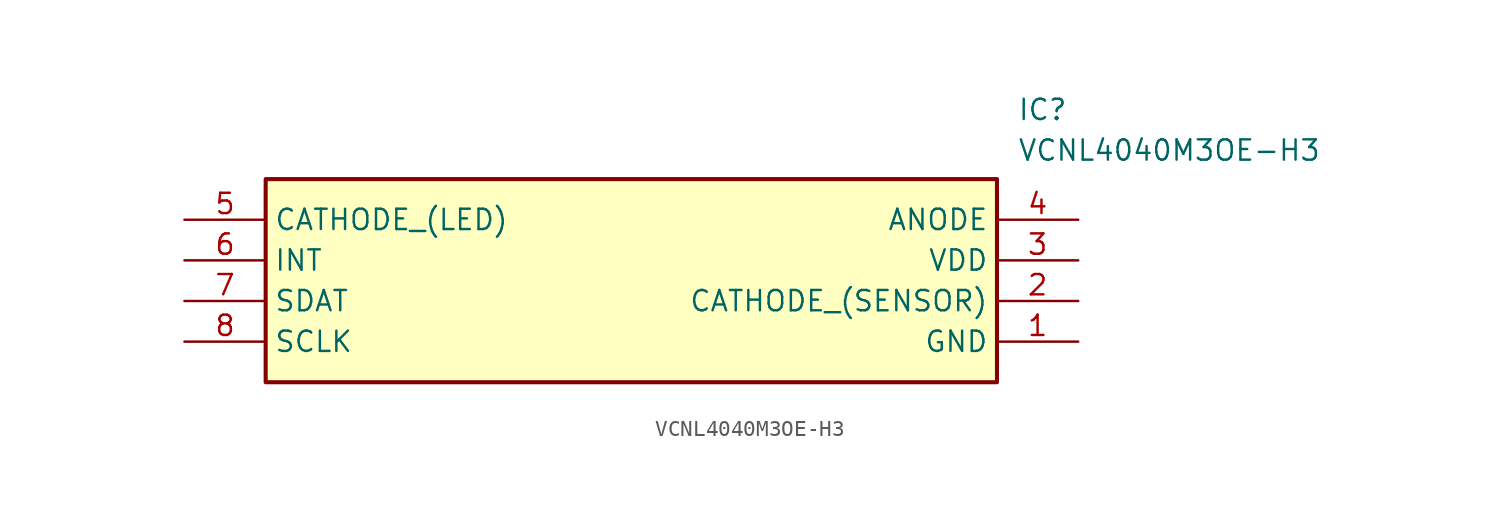
<source format=kicad_sym>
(kicad_symbol_lib
  (version 20211014)
  (generator SamacSys_ECAD_Model)
  (symbol "VCNL4040M3OE-H3"
    (property "Reference" "IC"
      (at 52.07 7.62 0)
      (effects (font (size 1.27 1.27)) (justify left top)))
    (property "Value" "VCNL4040M3OE-H3"
      (at 52.07 5.08 0)
      (effects (font (size 1.27 1.27)) (justify left top)))
    (rectangle
      (start 5.08 2.54)
      (end 50.8 -10.16)
      (stroke (width 0.254) (type default))
      (fill (type background)))
    (pin passive line
      (at 55.88 -7.62 180)
      (length 5.08)
      (name "GND" (effects (font (size 1.27 1.27))))
      (number "1" (effects (font (size 1.27 1.27)))))
    (pin passive line
      (at 55.88 -5.08 180)
      (length 5.08)
      (name "CATHODE_(SENSOR)" (effects (font (size 1.27 1.27))))
      (number "2" (effects (font (size 1.27 1.27)))))
    (pin passive line
      (at 55.88 -2.54 180)
      (length 5.08)
      (name "VDD" (effects (font (size 1.27 1.27))))
      (number "3" (effects (font (size 1.27 1.27)))))
    (pin passive line
      (at 55.88 0 180)
      (length 5.08)
      (name "ANODE" (effects (font (size 1.27 1.27))))
      (number "4" (effects (font (size 1.27 1.27)))))
    (pin passive line
      (at 0 0 0)
      (length 5.08)
      (name "CATHODE_(LED)" (effects (font (size 1.27 1.27))))
      (number "5" (effects (font (size 1.27 1.27)))))
    (pin passive line
      (at 0 -2.54 0)
      (length 5.08)
      (name "INT" (effects (font (size 1.27 1.27))))
      (number "6" (effects (font (size 1.27 1.27)))))
    (pin passive line
      (at 0 -5.08 0)
      (length 5.08)
      (name "SDAT" (effects (font (size 1.27 1.27))))
      (number "7" (effects (font (size 1.27 1.27)))))
    (pin passive line
      (at 0 -7.62 0)
      (length 5.08)
      (name "SCLK" (effects (font (size 1.27 1.27))))
      (number "8" (effects (font (size 1.27 1.27)))))))
</source>
